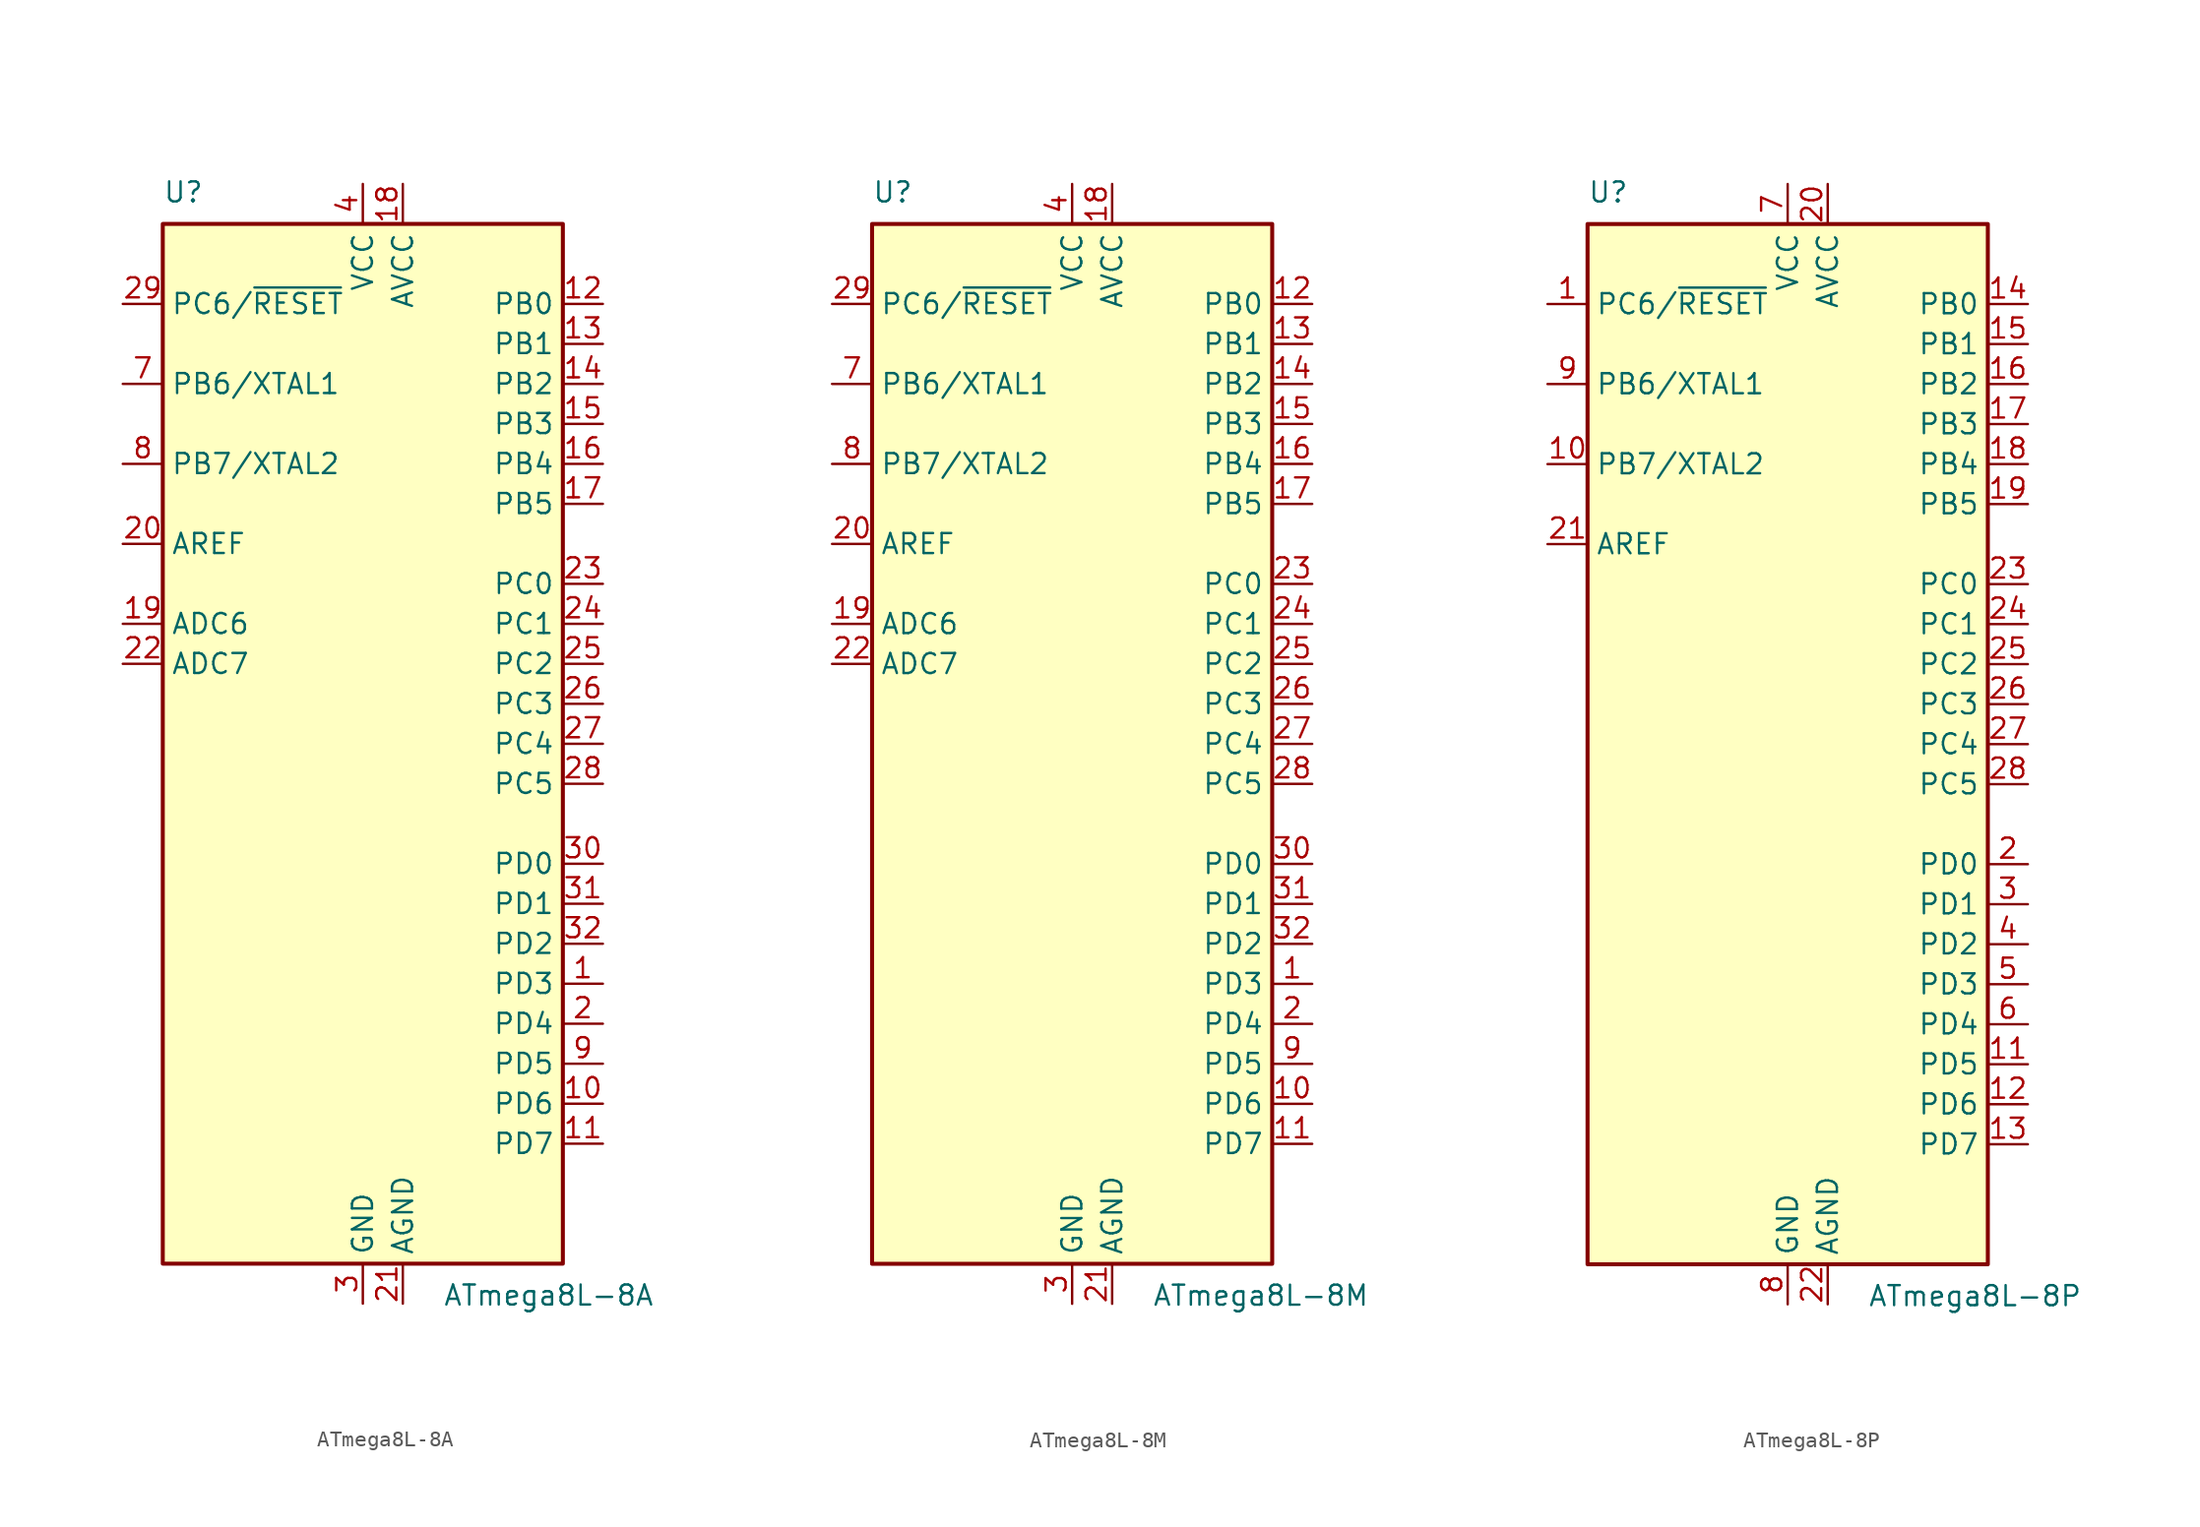
<source format=kicad_sym>
(kicad_symbol_lib
  (version 20201005)
  (generator kicad_symbol_editor)
  (symbol "MCU_Microchip_ATmega:ATmega8L-8A"
    (property "Reference" "U"
      (at -12.7 34.29 0)
      (effects (font (size 1.27 1.27)) (justify left bottom)))
    (property "Value" "ATmega8L-8A"
      (at 5.08 -34.29 0)
      (effects (font (size 1.27 1.27)) (justify left top)))
    (symbol "ATmega8L-8A_0_1"
      (rectangle (start -12.7 -33.02) (end 12.7 33.02) (stroke (width 0.254)) (fill (type background))))
    (symbol "ATmega8L-8A_1_1"
      (pin bidirectional line (at 15.24 -15.24 180) (length 2.54) (name "PD3" (effects (font (size 1.27 1.27)))) (number "1" (effects (font (size 1.27 1.27)))))
      (pin bidirectional line (at 15.24 -22.86 180) (length 2.54) (name "PD6" (effects (font (size 1.27 1.27)))) (number "10" (effects (font (size 1.27 1.27)))))
      (pin bidirectional line (at 15.24 -25.4 180) (length 2.54) (name "PD7" (effects (font (size 1.27 1.27)))) (number "11" (effects (font (size 1.27 1.27)))))
      (pin bidirectional line (at 15.24 27.94 180) (length 2.54) (name "PB0" (effects (font (size 1.27 1.27)))) (number "12" (effects (font (size 1.27 1.27)))))
      (pin bidirectional line (at 15.24 25.4 180) (length 2.54) (name "PB1" (effects (font (size 1.27 1.27)))) (number "13" (effects (font (size 1.27 1.27)))))
      (pin bidirectional line (at 15.24 22.86 180) (length 2.54) (name "PB2" (effects (font (size 1.27 1.27)))) (number "14" (effects (font (size 1.27 1.27)))))
      (pin bidirectional line (at 15.24 20.32 180) (length 2.54) (name "PB3" (effects (font (size 1.27 1.27)))) (number "15" (effects (font (size 1.27 1.27)))))
      (pin bidirectional line (at 15.24 17.78 180) (length 2.54) (name "PB4" (effects (font (size 1.27 1.27)))) (number "16" (effects (font (size 1.27 1.27)))))
      (pin bidirectional line (at 15.24 15.24 180) (length 2.54) (name "PB5" (effects (font (size 1.27 1.27)))) (number "17" (effects (font (size 1.27 1.27)))))
      (pin power_in line (at 2.54 35.56 270) (length 2.54) (name "AVCC" (effects (font (size 1.27 1.27)))) (number "18" (effects (font (size 1.27 1.27)))))
      (pin input line (at -15.24 7.62 0) (length 2.54) (name "ADC6" (effects (font (size 1.27 1.27)))) (number "19" (effects (font (size 1.27 1.27)))))
      (pin bidirectional line (at 15.24 -17.78 180) (length 2.54) (name "PD4" (effects (font (size 1.27 1.27)))) (number "2" (effects (font (size 1.27 1.27)))))
      (pin passive line (at -15.24 12.7 0) (length 2.54) (name "AREF" (effects (font (size 1.27 1.27)))) (number "20" (effects (font (size 1.27 1.27)))))
      (pin power_in line (at 2.54 -35.56 90) (length 2.54) (name "AGND" (effects (font (size 1.27 1.27)))) (number "21" (effects (font (size 1.27 1.27)))))
      (pin input line (at -15.24 5.08 0) (length 2.54) (name "ADC7" (effects (font (size 1.27 1.27)))) (number "22" (effects (font (size 1.27 1.27)))))
      (pin bidirectional line (at 15.24 10.16 180) (length 2.54) (name "PC0" (effects (font (size 1.27 1.27)))) (number "23" (effects (font (size 1.27 1.27)))))
      (pin bidirectional line (at 15.24 7.62 180) (length 2.54) (name "PC1" (effects (font (size 1.27 1.27)))) (number "24" (effects (font (size 1.27 1.27)))))
      (pin bidirectional line (at 15.24 5.08 180) (length 2.54) (name "PC2" (effects (font (size 1.27 1.27)))) (number "25" (effects (font (size 1.27 1.27)))))
      (pin bidirectional line (at 15.24 2.54 180) (length 2.54) (name "PC3" (effects (font (size 1.27 1.27)))) (number "26" (effects (font (size 1.27 1.27)))))
      (pin bidirectional line (at 15.24 0 180) (length 2.54) (name "PC4" (effects (font (size 1.27 1.27)))) (number "27" (effects (font (size 1.27 1.27)))))
      (pin bidirectional line (at 15.24 -2.54 180) (length 2.54) (name "PC5" (effects (font (size 1.27 1.27)))) (number "28" (effects (font (size 1.27 1.27)))))
      (pin bidirectional line (at -15.24 27.94 0) (length 2.54) (name "PC6/~RESET" (effects (font (size 1.27 1.27)))) (number "29" (effects (font (size 1.27 1.27)))))
      (pin power_in line (at 0 -35.56 90) (length 2.54) (name "GND" (effects (font (size 1.27 1.27)))) (number "3" (effects (font (size 1.27 1.27)))))
      (pin bidirectional line (at 15.24 -7.62 180) (length 2.54) (name "PD0" (effects (font (size 1.27 1.27)))) (number "30" (effects (font (size 1.27 1.27)))))
      (pin bidirectional line (at 15.24 -10.16 180) (length 2.54) (name "PD1" (effects (font (size 1.27 1.27)))) (number "31" (effects (font (size 1.27 1.27)))))
      (pin bidirectional line (at 15.24 -12.7 180) (length 2.54) (name "PD2" (effects (font (size 1.27 1.27)))) (number "32" (effects (font (size 1.27 1.27)))))
      (pin power_in line (at 0 35.56 270) (length 2.54) (name "VCC" (effects (font (size 1.27 1.27)))) (number "4" (effects (font (size 1.27 1.27)))))
      (pin passive line (at 0 -35.56 90) (length 2.54) hide (name "GND" (effects (font (size 1.27 1.27)))) (number "5" (effects (font (size 1.27 1.27)))))
      (pin passive line (at 0 35.56 270) (length 2.54) hide (name "VCC" (effects (font (size 1.27 1.27)))) (number "6" (effects (font (size 1.27 1.27)))))
      (pin bidirectional line (at -15.24 22.86 0) (length 2.54) (name "PB6/XTAL1" (effects (font (size 1.27 1.27)))) (number "7" (effects (font (size 1.27 1.27)))))
      (pin bidirectional line (at -15.24 17.78 0) (length 2.54) (name "PB7/XTAL2" (effects (font (size 1.27 1.27)))) (number "8" (effects (font (size 1.27 1.27)))))
      (pin bidirectional line (at 15.24 -20.32 180) (length 2.54) (name "PD5" (effects (font (size 1.27 1.27)))) (number "9" (effects (font (size 1.27 1.27)))))))
  (symbol "MCU_Microchip_ATmega:ATmega8L-8M"
    (property "Reference" "U"
      (at -12.7 34.29 0)
      (effects (font (size 1.27 1.27)) (justify left bottom)))
    (property "Value" "ATmega8L-8M"
      (at 5.08 -34.29 0)
      (effects (font (size 1.27 1.27)) (justify left top)))
    (symbol "ATmega8L-8M_0_1"
      (rectangle (start -12.7 -33.02) (end 12.7 33.02) (stroke (width 0.254)) (fill (type background))))
    (symbol "ATmega8L-8M_1_1"
      (pin bidirectional line (at 15.24 -15.24 180) (length 2.54) (name "PD3" (effects (font (size 1.27 1.27)))) (number "1" (effects (font (size 1.27 1.27)))))
      (pin bidirectional line (at 15.24 -22.86 180) (length 2.54) (name "PD6" (effects (font (size 1.27 1.27)))) (number "10" (effects (font (size 1.27 1.27)))))
      (pin bidirectional line (at 15.24 -25.4 180) (length 2.54) (name "PD7" (effects (font (size 1.27 1.27)))) (number "11" (effects (font (size 1.27 1.27)))))
      (pin bidirectional line (at 15.24 27.94 180) (length 2.54) (name "PB0" (effects (font (size 1.27 1.27)))) (number "12" (effects (font (size 1.27 1.27)))))
      (pin bidirectional line (at 15.24 25.4 180) (length 2.54) (name "PB1" (effects (font (size 1.27 1.27)))) (number "13" (effects (font (size 1.27 1.27)))))
      (pin bidirectional line (at 15.24 22.86 180) (length 2.54) (name "PB2" (effects (font (size 1.27 1.27)))) (number "14" (effects (font (size 1.27 1.27)))))
      (pin bidirectional line (at 15.24 20.32 180) (length 2.54) (name "PB3" (effects (font (size 1.27 1.27)))) (number "15" (effects (font (size 1.27 1.27)))))
      (pin bidirectional line (at 15.24 17.78 180) (length 2.54) (name "PB4" (effects (font (size 1.27 1.27)))) (number "16" (effects (font (size 1.27 1.27)))))
      (pin bidirectional line (at 15.24 15.24 180) (length 2.54) (name "PB5" (effects (font (size 1.27 1.27)))) (number "17" (effects (font (size 1.27 1.27)))))
      (pin power_in line (at 2.54 35.56 270) (length 2.54) (name "AVCC" (effects (font (size 1.27 1.27)))) (number "18" (effects (font (size 1.27 1.27)))))
      (pin input line (at -15.24 7.62 0) (length 2.54) (name "ADC6" (effects (font (size 1.27 1.27)))) (number "19" (effects (font (size 1.27 1.27)))))
      (pin bidirectional line (at 15.24 -17.78 180) (length 2.54) (name "PD4" (effects (font (size 1.27 1.27)))) (number "2" (effects (font (size 1.27 1.27)))))
      (pin passive line (at -15.24 12.7 0) (length 2.54) (name "AREF" (effects (font (size 1.27 1.27)))) (number "20" (effects (font (size 1.27 1.27)))))
      (pin power_in line (at 2.54 -35.56 90) (length 2.54) (name "AGND" (effects (font (size 1.27 1.27)))) (number "21" (effects (font (size 1.27 1.27)))))
      (pin input line (at -15.24 5.08 0) (length 2.54) (name "ADC7" (effects (font (size 1.27 1.27)))) (number "22" (effects (font (size 1.27 1.27)))))
      (pin bidirectional line (at 15.24 10.16 180) (length 2.54) (name "PC0" (effects (font (size 1.27 1.27)))) (number "23" (effects (font (size 1.27 1.27)))))
      (pin bidirectional line (at 15.24 7.62 180) (length 2.54) (name "PC1" (effects (font (size 1.27 1.27)))) (number "24" (effects (font (size 1.27 1.27)))))
      (pin bidirectional line (at 15.24 5.08 180) (length 2.54) (name "PC2" (effects (font (size 1.27 1.27)))) (number "25" (effects (font (size 1.27 1.27)))))
      (pin bidirectional line (at 15.24 2.54 180) (length 2.54) (name "PC3" (effects (font (size 1.27 1.27)))) (number "26" (effects (font (size 1.27 1.27)))))
      (pin bidirectional line (at 15.24 0 180) (length 2.54) (name "PC4" (effects (font (size 1.27 1.27)))) (number "27" (effects (font (size 1.27 1.27)))))
      (pin bidirectional line (at 15.24 -2.54 180) (length 2.54) (name "PC5" (effects (font (size 1.27 1.27)))) (number "28" (effects (font (size 1.27 1.27)))))
      (pin bidirectional line (at -15.24 27.94 0) (length 2.54) (name "PC6/~RESET" (effects (font (size 1.27 1.27)))) (number "29" (effects (font (size 1.27 1.27)))))
      (pin power_in line (at 0 -35.56 90) (length 2.54) (name "GND" (effects (font (size 1.27 1.27)))) (number "3" (effects (font (size 1.27 1.27)))))
      (pin bidirectional line (at 15.24 -7.62 180) (length 2.54) (name "PD0" (effects (font (size 1.27 1.27)))) (number "30" (effects (font (size 1.27 1.27)))))
      (pin bidirectional line (at 15.24 -10.16 180) (length 2.54) (name "PD1" (effects (font (size 1.27 1.27)))) (number "31" (effects (font (size 1.27 1.27)))))
      (pin bidirectional line (at 15.24 -12.7 180) (length 2.54) (name "PD2" (effects (font (size 1.27 1.27)))) (number "32" (effects (font (size 1.27 1.27)))))
      (pin passive line (at 0 -35.56 90) (length 2.54) hide (name "GND" (effects (font (size 1.27 1.27)))) (number "33" (effects (font (size 1.27 1.27)))))
      (pin power_in line (at 0 35.56 270) (length 2.54) (name "VCC" (effects (font (size 1.27 1.27)))) (number "4" (effects (font (size 1.27 1.27)))))
      (pin passive line (at 0 -35.56 90) (length 2.54) hide (name "GND" (effects (font (size 1.27 1.27)))) (number "5" (effects (font (size 1.27 1.27)))))
      (pin passive line (at 0 35.56 270) (length 2.54) hide (name "VCC" (effects (font (size 1.27 1.27)))) (number "6" (effects (font (size 1.27 1.27)))))
      (pin bidirectional line (at -15.24 22.86 0) (length 2.54) (name "PB6/XTAL1" (effects (font (size 1.27 1.27)))) (number "7" (effects (font (size 1.27 1.27)))))
      (pin bidirectional line (at -15.24 17.78 0) (length 2.54) (name "PB7/XTAL2" (effects (font (size 1.27 1.27)))) (number "8" (effects (font (size 1.27 1.27)))))
      (pin bidirectional line (at 15.24 -20.32 180) (length 2.54) (name "PD5" (effects (font (size 1.27 1.27)))) (number "9" (effects (font (size 1.27 1.27)))))))
  (symbol "MCU_Microchip_ATmega:ATmega8L-8P"
    (property "Reference" "U"
      (at -12.7 34.29 0)
      (effects (font (size 1.27 1.27)) (justify left bottom)))
    (property "Value" "ATmega8L-8P"
      (at 5.08 -34.29 0)
      (effects (font (size 1.27 1.27)) (justify left top)))
    (symbol "ATmega8L-8P_0_1"
      (rectangle (start -12.7 -33.02) (end 12.7 33.02) (stroke (width 0.254)) (fill (type background))))
    (symbol "ATmega8L-8P_1_1"
      (pin bidirectional line (at -15.24 27.94 0) (length 2.54) (name "PC6/~RESET" (effects (font (size 1.27 1.27)))) (number "1" (effects (font (size 1.27 1.27)))))
      (pin bidirectional line (at -15.24 17.78 0) (length 2.54) (name "PB7/XTAL2" (effects (font (size 1.27 1.27)))) (number "10" (effects (font (size 1.27 1.27)))))
      (pin bidirectional line (at 15.24 -20.32 180) (length 2.54) (name "PD5" (effects (font (size 1.27 1.27)))) (number "11" (effects (font (size 1.27 1.27)))))
      (pin bidirectional line (at 15.24 -22.86 180) (length 2.54) (name "PD6" (effects (font (size 1.27 1.27)))) (number "12" (effects (font (size 1.27 1.27)))))
      (pin bidirectional line (at 15.24 -25.4 180) (length 2.54) (name "PD7" (effects (font (size 1.27 1.27)))) (number "13" (effects (font (size 1.27 1.27)))))
      (pin bidirectional line (at 15.24 27.94 180) (length 2.54) (name "PB0" (effects (font (size 1.27 1.27)))) (number "14" (effects (font (size 1.27 1.27)))))
      (pin bidirectional line (at 15.24 25.4 180) (length 2.54) (name "PB1" (effects (font (size 1.27 1.27)))) (number "15" (effects (font (size 1.27 1.27)))))
      (pin bidirectional line (at 15.24 22.86 180) (length 2.54) (name "PB2" (effects (font (size 1.27 1.27)))) (number "16" (effects (font (size 1.27 1.27)))))
      (pin bidirectional line (at 15.24 20.32 180) (length 2.54) (name "PB3" (effects (font (size 1.27 1.27)))) (number "17" (effects (font (size 1.27 1.27)))))
      (pin bidirectional line (at 15.24 17.78 180) (length 2.54) (name "PB4" (effects (font (size 1.27 1.27)))) (number "18" (effects (font (size 1.27 1.27)))))
      (pin bidirectional line (at 15.24 15.24 180) (length 2.54) (name "PB5" (effects (font (size 1.27 1.27)))) (number "19" (effects (font (size 1.27 1.27)))))
      (pin bidirectional line (at 15.24 -7.62 180) (length 2.54) (name "PD0" (effects (font (size 1.27 1.27)))) (number "2" (effects (font (size 1.27 1.27)))))
      (pin power_in line (at 2.54 35.56 270) (length 2.54) (name "AVCC" (effects (font (size 1.27 1.27)))) (number "20" (effects (font (size 1.27 1.27)))))
      (pin passive line (at -15.24 12.7 0) (length 2.54) (name "AREF" (effects (font (size 1.27 1.27)))) (number "21" (effects (font (size 1.27 1.27)))))
      (pin power_in line (at 2.54 -35.56 90) (length 2.54) (name "AGND" (effects (font (size 1.27 1.27)))) (number "22" (effects (font (size 1.27 1.27)))))
      (pin bidirectional line (at 15.24 10.16 180) (length 2.54) (name "PC0" (effects (font (size 1.27 1.27)))) (number "23" (effects (font (size 1.27 1.27)))))
      (pin bidirectional line (at 15.24 7.62 180) (length 2.54) (name "PC1" (effects (font (size 1.27 1.27)))) (number "24" (effects (font (size 1.27 1.27)))))
      (pin bidirectional line (at 15.24 5.08 180) (length 2.54) (name "PC2" (effects (font (size 1.27 1.27)))) (number "25" (effects (font (size 1.27 1.27)))))
      (pin bidirectional line (at 15.24 2.54 180) (length 2.54) (name "PC3" (effects (font (size 1.27 1.27)))) (number "26" (effects (font (size 1.27 1.27)))))
      (pin bidirectional line (at 15.24 0 180) (length 2.54) (name "PC4" (effects (font (size 1.27 1.27)))) (number "27" (effects (font (size 1.27 1.27)))))
      (pin bidirectional line (at 15.24 -2.54 180) (length 2.54) (name "PC5" (effects (font (size 1.27 1.27)))) (number "28" (effects (font (size 1.27 1.27)))))
      (pin bidirectional line (at 15.24 -10.16 180) (length 2.54) (name "PD1" (effects (font (size 1.27 1.27)))) (number "3" (effects (font (size 1.27 1.27)))))
      (pin bidirectional line (at 15.24 -12.7 180) (length 2.54) (name "PD2" (effects (font (size 1.27 1.27)))) (number "4" (effects (font (size 1.27 1.27)))))
      (pin bidirectional line (at 15.24 -15.24 180) (length 2.54) (name "PD3" (effects (font (size 1.27 1.27)))) (number "5" (effects (font (size 1.27 1.27)))))
      (pin bidirectional line (at 15.24 -17.78 180) (length 2.54) (name "PD4" (effects (font (size 1.27 1.27)))) (number "6" (effects (font (size 1.27 1.27)))))
      (pin power_in line (at 0 35.56 270) (length 2.54) (name "VCC" (effects (font (size 1.27 1.27)))) (number "7" (effects (font (size 1.27 1.27)))))
      (pin power_in line (at 0 -35.56 90) (length 2.54) (name "GND" (effects (font (size 1.27 1.27)))) (number "8" (effects (font (size 1.27 1.27)))))
      (pin bidirectional line (at -15.24 22.86 0) (length 2.54) (name "PB6/XTAL1" (effects (font (size 1.27 1.27)))) (number "9" (effects (font (size 1.27 1.27))))))))
</source>
